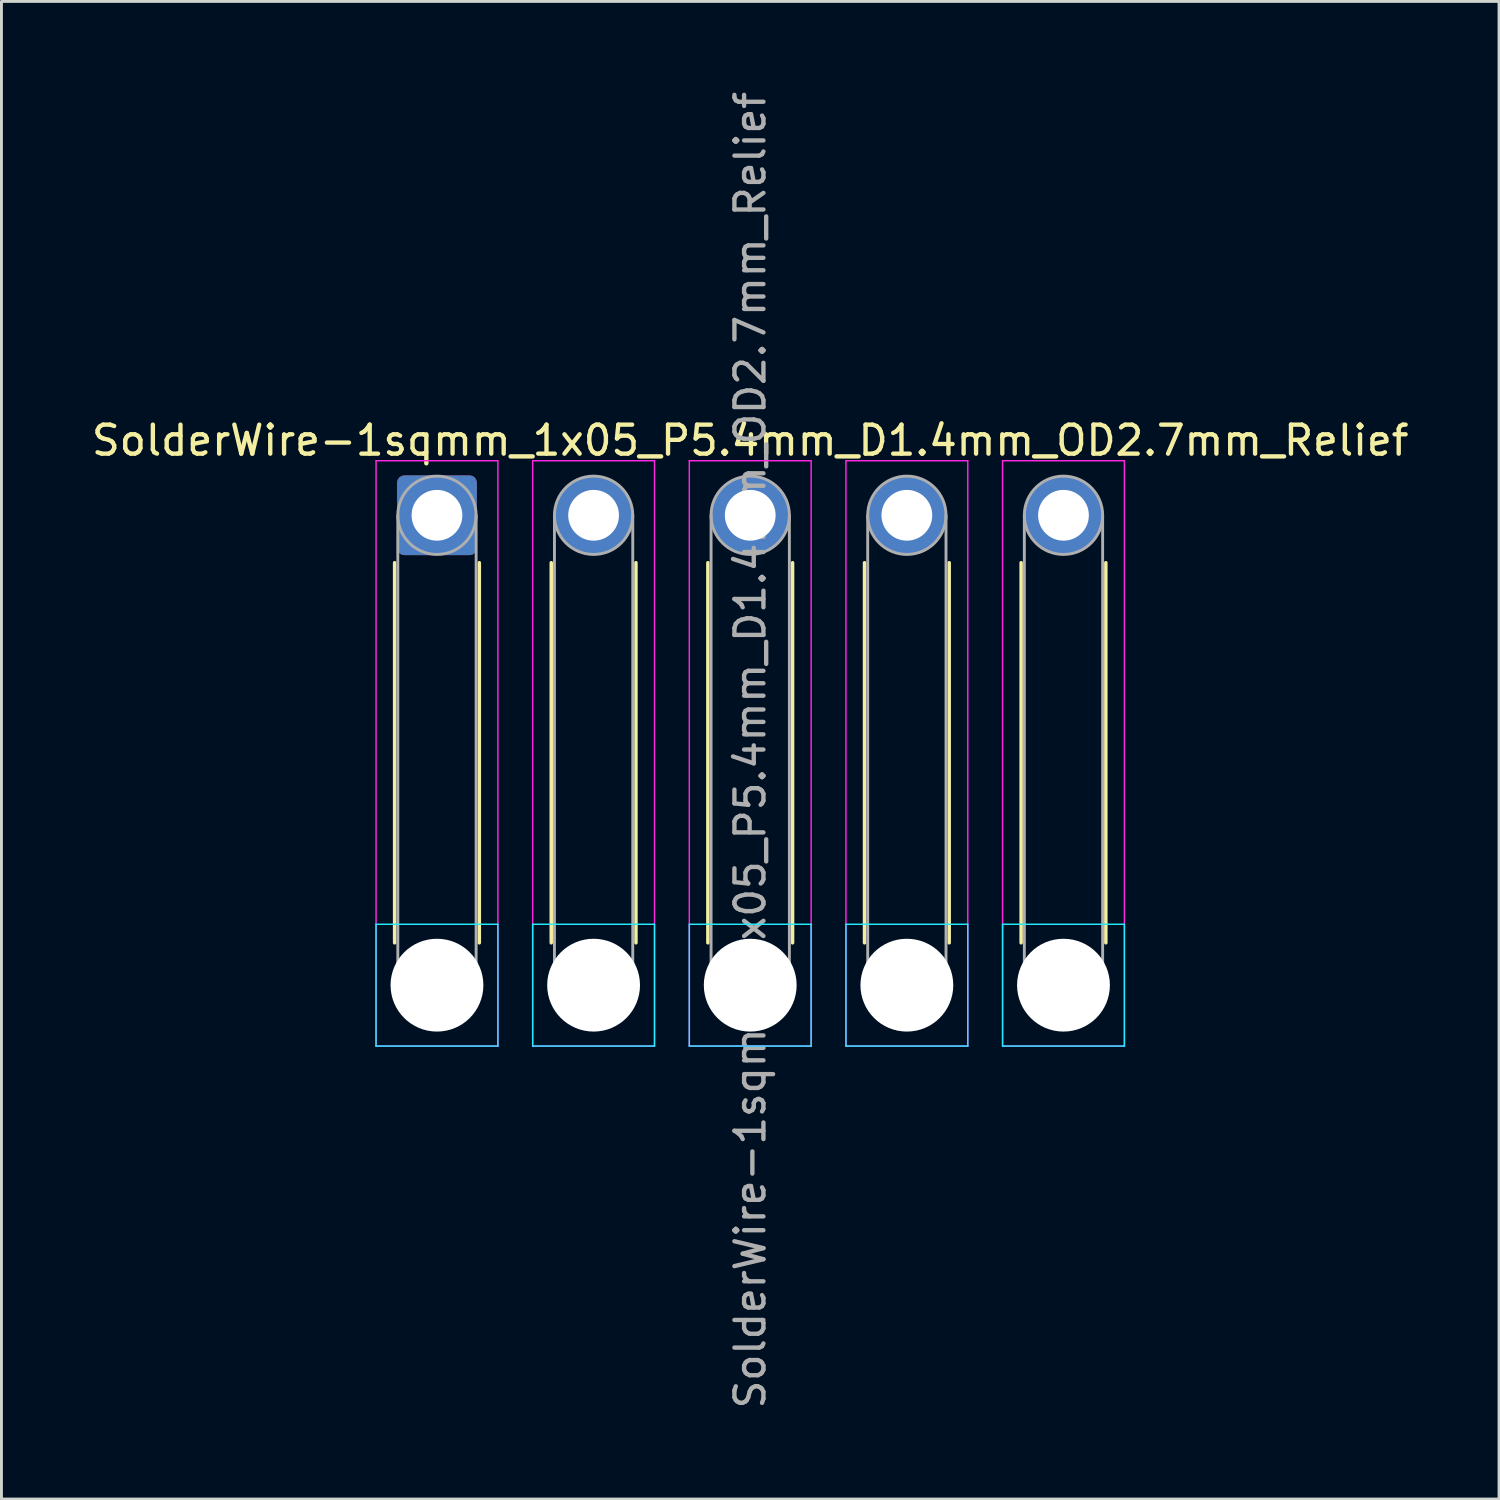
<source format=kicad_pcb>
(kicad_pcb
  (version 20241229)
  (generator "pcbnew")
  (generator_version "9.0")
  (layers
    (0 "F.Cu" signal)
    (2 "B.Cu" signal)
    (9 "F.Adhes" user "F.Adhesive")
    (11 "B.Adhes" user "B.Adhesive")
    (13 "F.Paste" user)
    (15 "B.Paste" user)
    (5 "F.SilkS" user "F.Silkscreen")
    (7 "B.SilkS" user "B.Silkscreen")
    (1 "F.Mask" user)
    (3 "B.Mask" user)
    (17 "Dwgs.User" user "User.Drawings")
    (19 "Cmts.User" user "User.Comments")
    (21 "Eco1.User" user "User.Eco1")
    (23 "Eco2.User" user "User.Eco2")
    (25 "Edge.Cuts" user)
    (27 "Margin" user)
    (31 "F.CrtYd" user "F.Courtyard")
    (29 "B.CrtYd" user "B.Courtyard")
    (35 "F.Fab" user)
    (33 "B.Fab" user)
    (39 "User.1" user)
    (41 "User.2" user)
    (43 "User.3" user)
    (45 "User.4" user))
  (footprint "SolderWire-1sqmm_1x05_P5.4mm_D1.4mm_OD2.7mm_Relief"
    (layer "F.Cu")
    (at 12.015 14.715)
    (property "Reference" "SolderWire-1sqmm_1x05_P5.4mm_D1.4mm_OD2.7mm_Relief" (at 10.8 -2.58 0) (layer "F.SilkS") (effects (font (size 1 1) (thickness 0.15))))
    (attr exclude_from_pos_files exclude_from_bom)
    (fp_line (start -1.46 1.635) (end -1.46 14.74) (stroke (width 0.12) (type solid)) (layer "F.SilkS"))
    (fp_line (start 1.46 1.635) (end 1.46 14.74) (stroke (width 0.12) (type solid)) (layer "F.SilkS"))
    (fp_line (start 3.94 1.635) (end 3.94 14.74) (stroke (width 0.12) (type solid)) (layer "F.SilkS"))
    (fp_line (start 6.86 1.635) (end 6.86 14.74) (stroke (width 0.12) (type solid)) (layer "F.SilkS"))
    (fp_line (start 9.34 1.635) (end 9.34 14.74) (stroke (width 0.12) (type solid)) (layer "F.SilkS"))
    (fp_line (start 12.26 1.635) (end 12.26 14.74) (stroke (width 0.12) (type solid)) (layer "F.SilkS"))
    (fp_line (start 14.74 1.635) (end 14.74 14.74) (stroke (width 0.12) (type solid)) (layer "F.SilkS"))
    (fp_line (start 17.66 1.635) (end 17.66 14.74) (stroke (width 0.12) (type solid)) (layer "F.SilkS"))
    (fp_line (start 20.14 1.635) (end 20.14 14.74) (stroke (width 0.12) (type solid)) (layer "F.SilkS"))
    (fp_line (start 23.06 1.635) (end 23.06 14.74) (stroke (width 0.12) (type solid)) (layer "F.SilkS"))
    (fp_line (start -2.1 14.1) (end -2.1 18.3) (stroke (width 0.05) (type solid)) (layer "B.CrtYd"))
    (fp_line (start -2.1 18.3) (end 2.1 18.3) (stroke (width 0.05) (type solid)) (layer "B.CrtYd"))
    (fp_line (start 2.1 14.1) (end -2.1 14.1) (stroke (width 0.05) (type solid)) (layer "B.CrtYd"))
    (fp_line (start 2.1 18.3) (end 2.1 14.1) (stroke (width 0.05) (type solid)) (layer "B.CrtYd"))
    (fp_line (start 3.3 14.1) (end 3.3 18.3) (stroke (width 0.05) (type solid)) (layer "B.CrtYd"))
    (fp_line (start 3.3 18.3) (end 7.5 18.3) (stroke (width 0.05) (type solid)) (layer "B.CrtYd"))
    (fp_line (start 7.5 14.1) (end 3.3 14.1) (stroke (width 0.05) (type solid)) (layer "B.CrtYd"))
    (fp_line (start 7.5 18.3) (end 7.5 14.1) (stroke (width 0.05) (type solid)) (layer "B.CrtYd"))
    (fp_line (start 8.7 14.1) (end 8.7 18.3) (stroke (width 0.05) (type solid)) (layer "B.CrtYd"))
    (fp_line (start 8.7 18.3) (end 12.9 18.3) (stroke (width 0.05) (type solid)) (layer "B.CrtYd"))
    (fp_line (start 12.9 14.1) (end 8.7 14.1) (stroke (width 0.05) (type solid)) (layer "B.CrtYd"))
    (fp_line (start 12.9 18.3) (end 12.9 14.1) (stroke (width 0.05) (type solid)) (layer "B.CrtYd"))
    (fp_line (start 14.1 14.1) (end 14.1 18.3) (stroke (width 0.05) (type solid)) (layer "B.CrtYd"))
    (fp_line (start 14.1 18.3) (end 18.3 18.3) (stroke (width 0.05) (type solid)) (layer "B.CrtYd"))
    (fp_line (start 18.3 14.1) (end 14.1 14.1) (stroke (width 0.05) (type solid)) (layer "B.CrtYd"))
    (fp_line (start 18.3 18.3) (end 18.3 14.1) (stroke (width 0.05) (type solid)) (layer "B.CrtYd"))
    (fp_line (start 19.5 14.1) (end 19.5 18.3) (stroke (width 0.05) (type solid)) (layer "B.CrtYd"))
    (fp_line (start 19.5 18.3) (end 23.7 18.3) (stroke (width 0.05) (type solid)) (layer "B.CrtYd"))
    (fp_line (start 23.7 14.1) (end 19.5 14.1) (stroke (width 0.05) (type solid)) (layer "B.CrtYd"))
    (fp_line (start 23.7 18.3) (end 23.7 14.1) (stroke (width 0.05) (type solid)) (layer "B.CrtYd"))
    (fp_line (start -2.1 -1.88) (end -2.1 18.3) (stroke (width 0.05) (type solid)) (layer "F.CrtYd"))
    (fp_line (start -2.1 18.3) (end 2.1 18.3) (stroke (width 0.05) (type solid)) (layer "F.CrtYd"))
    (fp_line (start 2.1 -1.88) (end -2.1 -1.88) (stroke (width 0.05) (type solid)) (layer "F.CrtYd"))
    (fp_line (start 2.1 18.3) (end 2.1 -1.88) (stroke (width 0.05) (type solid)) (layer "F.CrtYd"))
    (fp_line (start 3.3 -1.88) (end 3.3 18.3) (stroke (width 0.05) (type solid)) (layer "F.CrtYd"))
    (fp_line (start 3.3 18.3) (end 7.5 18.3) (stroke (width 0.05) (type solid)) (layer "F.CrtYd"))
    (fp_line (start 7.5 -1.88) (end 3.3 -1.88) (stroke (width 0.05) (type solid)) (layer "F.CrtYd"))
    (fp_line (start 7.5 18.3) (end 7.5 -1.88) (stroke (width 0.05) (type solid)) (layer "F.CrtYd"))
    (fp_line (start 8.7 -1.88) (end 8.7 18.3) (stroke (width 0.05) (type solid)) (layer "F.CrtYd"))
    (fp_line (start 8.7 18.3) (end 12.9 18.3) (stroke (width 0.05) (type solid)) (layer "F.CrtYd"))
    (fp_line (start 12.9 -1.88) (end 8.7 -1.88) (stroke (width 0.05) (type solid)) (layer "F.CrtYd"))
    (fp_line (start 12.9 18.3) (end 12.9 -1.88) (stroke (width 0.05) (type solid)) (layer "F.CrtYd"))
    (fp_line (start 14.1 -1.88) (end 14.1 18.3) (stroke (width 0.05) (type solid)) (layer "F.CrtYd"))
    (fp_line (start 14.1 18.3) (end 18.3 18.3) (stroke (width 0.05) (type solid)) (layer "F.CrtYd"))
    (fp_line (start 18.3 -1.88) (end 14.1 -1.88) (stroke (width 0.05) (type solid)) (layer "F.CrtYd"))
    (fp_line (start 18.3 18.3) (end 18.3 -1.88) (stroke (width 0.05) (type solid)) (layer "F.CrtYd"))
    (fp_line (start 19.5 -1.88) (end 19.5 18.3) (stroke (width 0.05) (type solid)) (layer "F.CrtYd"))
    (fp_line (start 19.5 18.3) (end 23.7 18.3) (stroke (width 0.05) (type solid)) (layer "F.CrtYd"))
    (fp_line (start 23.7 -1.88) (end 19.5 -1.88) (stroke (width 0.05) (type solid)) (layer "F.CrtYd"))
    (fp_line (start 23.7 18.3) (end 23.7 -1.88) (stroke (width 0.05) (type solid)) (layer "F.CrtYd"))
    (fp_line (start -1.35 0) (end -1.35 16.2) (stroke (width 0.1) (type solid)) (layer "F.Fab"))
    (fp_line (start 1.35 0) (end 1.35 16.2) (stroke (width 0.1) (type solid)) (layer "F.Fab"))
    (fp_line (start 4.05 0) (end 4.05 16.2) (stroke (width 0.1) (type solid)) (layer "F.Fab"))
    (fp_line (start 6.75 0) (end 6.75 16.2) (stroke (width 0.1) (type solid)) (layer "F.Fab"))
    (fp_line (start 9.45 0) (end 9.45 16.2) (stroke (width 0.1) (type solid)) (layer "F.Fab"))
    (fp_line (start 12.15 0) (end 12.15 16.2) (stroke (width 0.1) (type solid)) (layer "F.Fab"))
    (fp_line (start 14.85 0) (end 14.85 16.2) (stroke (width 0.1) (type solid)) (layer "F.Fab"))
    (fp_line (start 17.55 0) (end 17.55 16.2) (stroke (width 0.1) (type solid)) (layer "F.Fab"))
    (fp_line (start 20.25 0) (end 20.25 16.2) (stroke (width 0.1) (type solid)) (layer "F.Fab"))
    (fp_line (start 22.95 0) (end 22.95 16.2) (stroke (width 0.1) (type solid)) (layer "F.Fab"))
    (fp_circle (center 0 0) (end 1.35 0) (stroke (width 0.1) (type solid)) (fill no) (layer "F.Fab"))
    (fp_circle (center 0 16.2) (end 1.35 16.2) (stroke (width 0.1) (type solid)) (fill no) (layer "F.Fab"))
    (fp_circle (center 5.4 0) (end 6.75 0) (stroke (width 0.1) (type solid)) (fill no) (layer "F.Fab"))
    (fp_circle (center 5.4 16.2) (end 6.75 16.2) (stroke (width 0.1) (type solid)) (fill no) (layer "F.Fab"))
    (fp_circle (center 10.8 0) (end 12.15 0) (stroke (width 0.1) (type solid)) (fill no) (layer "F.Fab"))
    (fp_circle (center 10.8 16.2) (end 12.15 16.2) (stroke (width 0.1) (type solid)) (fill no) (layer "F.Fab"))
    (fp_circle (center 16.2 0) (end 17.55 0) (stroke (width 0.1) (type solid)) (fill no) (layer "F.Fab"))
    (fp_circle (center 16.2 16.2) (end 17.55 16.2) (stroke (width 0.1) (type solid)) (fill no) (layer "F.Fab"))
    (fp_circle (center 21.6 0) (end 22.95 0) (stroke (width 0.1) (type solid)) (fill no) (layer "F.Fab"))
    (fp_circle (center 21.6 16.2) (end 22.95 16.2) (stroke (width 0.1) (type solid)) (fill no) (layer "F.Fab"))
    (fp_text user "${REFERENCE}" (at 10.8 8.1 90) (layer "F.Fab") (effects (font (size 1 1) (thickness 0.15))))
    (pad "" np_thru_hole circle (at 0 16.2) (size 3.2 3.2) (drill 3.2) (layers "*.Cu" "*.Mask"))
    (pad "" np_thru_hole circle (at 5.4 16.2) (size 3.2 3.2) (drill 3.2) (layers "*.Cu" "*.Mask"))
    (pad "" np_thru_hole circle (at 10.8 16.2) (size 3.2 3.2) (drill 3.2) (layers "*.Cu" "*.Mask"))
    (pad "" np_thru_hole circle (at 16.2 16.2) (size 3.2 3.2) (drill 3.2) (layers "*.Cu" "*.Mask"))
    (pad "" np_thru_hole circle (at 21.6 16.2) (size 3.2 3.2) (drill 3.2) (layers "*.Cu" "*.Mask"))
    (pad "1" thru_hole roundrect (at 0 0) (size 2.75 2.75) (drill 1.75) (layers "*.Cu" "*.Mask") (roundrect_rratio 0.091))
    (pad "2" thru_hole circle (at 5.4 0) (size 2.75 2.75) (drill 1.75) (layers "*.Cu" "*.Mask"))
    (pad "3" thru_hole circle (at 10.8 0) (size 2.75 2.75) (drill 1.75) (layers "*.Cu" "*.Mask"))
    (pad "4" thru_hole circle (at 16.2 0) (size 2.75 2.75) (drill 1.75) (layers "*.Cu" "*.Mask"))
    (pad "5" thru_hole circle (at 21.6 0) (size 2.75 2.75) (drill 1.75) (layers "*.Cu" "*.Mask")))
  (gr_rect
    (start -3 -3)
    (end 48.631 48.631)
    (stroke (width 0.1) (type default))
    (fill no)
    (layer "Edge.Cuts")))
</source>
